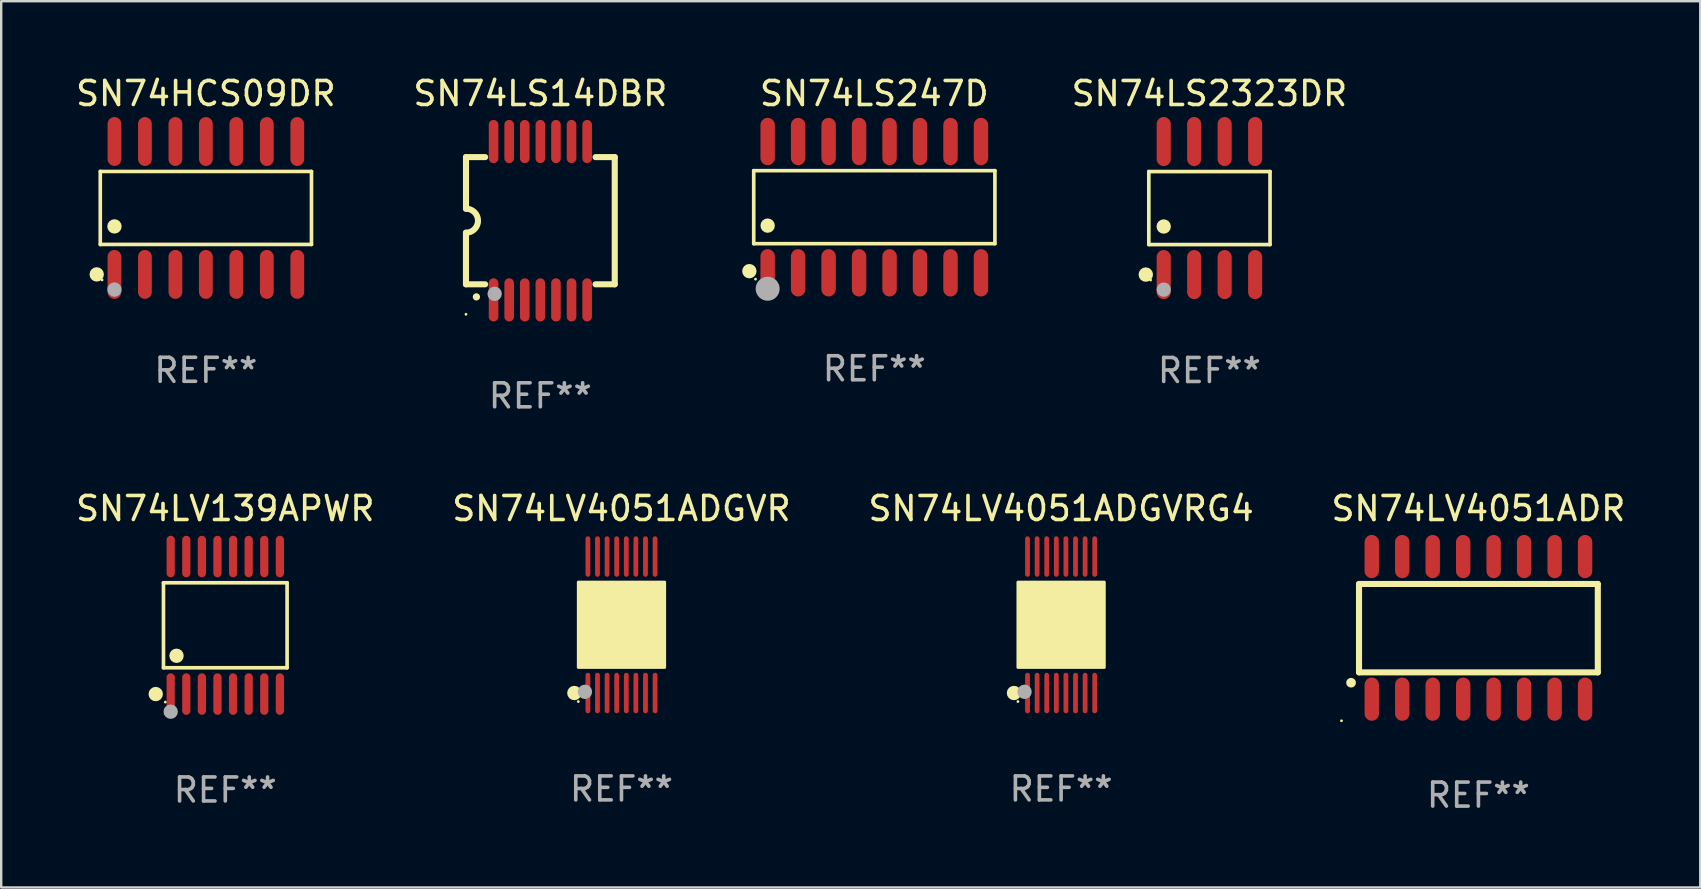
<source format=kicad_pcb>
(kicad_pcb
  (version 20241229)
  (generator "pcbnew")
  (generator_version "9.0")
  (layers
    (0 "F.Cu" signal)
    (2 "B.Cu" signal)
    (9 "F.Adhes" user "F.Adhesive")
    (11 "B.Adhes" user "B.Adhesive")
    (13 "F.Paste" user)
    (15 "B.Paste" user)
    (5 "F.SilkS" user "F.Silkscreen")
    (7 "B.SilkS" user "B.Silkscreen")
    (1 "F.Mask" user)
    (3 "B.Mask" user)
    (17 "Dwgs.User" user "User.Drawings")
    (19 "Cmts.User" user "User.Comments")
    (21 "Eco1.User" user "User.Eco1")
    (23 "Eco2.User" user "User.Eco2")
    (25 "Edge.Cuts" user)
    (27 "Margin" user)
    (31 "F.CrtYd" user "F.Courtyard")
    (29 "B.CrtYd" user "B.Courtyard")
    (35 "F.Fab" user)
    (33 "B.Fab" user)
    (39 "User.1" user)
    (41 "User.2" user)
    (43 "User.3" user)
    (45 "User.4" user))
  (footprint "SN74LV139APWR"
    (layer "F.Cu")
    (at 6.339 23.01)
    (property "Reference" "SN74LV139APWR" (at 0 -4.866 0) (layer "F.SilkS") (effects (font (size 1 1) (thickness 0.15))))
    (attr through_hole)
    (fp_line (start -2.576 -1.772) (end 2.576 -1.772) (stroke (width 0.152) (type solid)) (layer "F.SilkS"))
    (fp_line (start -2.576 1.771) (end -2.576 -1.772) (stroke (width 0.152) (type solid)) (layer "F.SilkS"))
    (fp_line (start 2.576 -1.772) (end 2.576 1.771) (stroke (width 0.152) (type solid)) (layer "F.SilkS"))
    (fp_line (start 2.576 1.771) (end -2.576 1.771) (stroke (width 0.152) (type solid)) (layer "F.SilkS"))
    (fp_circle (center -2.899 2.866) (end -2.749 2.866) (stroke (width 0.3) (type solid)) (fill no) (layer "F.SilkS"))
    (fp_circle (center -2.5 3.2) (end -2.47 3.2) (stroke (width 0.06) (type solid)) (fill no) (layer "F.SilkS"))
    (fp_circle (center -2.032 1.27) (end -1.882 1.27) (stroke (width 0.3) (type solid)) (fill no) (layer "F.SilkS"))
    (fp_circle (center -2.275 3.6) (end -2.125 3.6) (stroke (width 0.3) (type solid)) (fill no) (layer "F.Fab"))
    (fp_text user "REF**" (at 0 6.866 0) (layer "F.Fab") (effects (font (size 1 1) (thickness 0.15))))
    (pad "1" smd oval (at -2.275 2.866) (size 0.343 1.731) (layers "F.Cu" "F.Mask" "F.Paste"))
    (pad "2" smd oval (at -1.625 2.866) (size 0.343 1.731) (layers "F.Cu" "F.Mask" "F.Paste"))
    (pad "3" smd oval (at -0.975 2.866) (size 0.343 1.731) (layers "F.Cu" "F.Mask" "F.Paste"))
    (pad "4" smd oval (at -0.325 2.866) (size 0.343 1.731) (layers "F.Cu" "F.Mask" "F.Paste"))
    (pad "5" smd oval (at 0.325 2.866) (size 0.343 1.731) (layers "F.Cu" "F.Mask" "F.Paste"))
    (pad "6" smd oval (at 0.975 2.866) (size 0.343 1.731) (layers "F.Cu" "F.Mask" "F.Paste"))
    (pad "7" smd oval (at 1.625 2.866) (size 0.343 1.731) (layers "F.Cu" "F.Mask" "F.Paste"))
    (pad "8" smd oval (at 2.275 2.866) (size 0.343 1.731) (layers "F.Cu" "F.Mask" "F.Paste"))
    (pad "9" smd oval (at 2.275 -2.866) (size 0.343 1.731) (layers "F.Cu" "F.Mask" "F.Paste"))
    (pad "10" smd oval (at 1.625 -2.866) (size 0.343 1.731) (layers "F.Cu" "F.Mask" "F.Paste"))
    (pad "11" smd oval (at 0.975 -2.866) (size 0.343 1.731) (layers "F.Cu" "F.Mask" "F.Paste"))
    (pad "12" smd oval (at 0.325 -2.866) (size 0.343 1.731) (layers "F.Cu" "F.Mask" "F.Paste"))
    (pad "13" smd oval (at -0.325 -2.866) (size 0.343 1.731) (layers "F.Cu" "F.Mask" "F.Paste"))
    (pad "14" smd oval (at -0.975 -2.866) (size 0.343 1.731) (layers "F.Cu" "F.Mask" "F.Paste"))
    (pad "15" smd oval (at -1.625 -2.866) (size 0.343 1.731) (layers "F.Cu" "F.Mask" "F.Paste"))
    (pad "16" smd oval (at -2.275 -2.866) (size 0.343 1.731) (layers "F.Cu" "F.Mask" "F.Paste")))
  (footprint "SN74LV4051ADR"
    (layer "F.Cu")
    (at 58.565 23.117)
    (property "Reference" "SN74LV4051ADR" (at 0 -4.972 0) (layer "F.SilkS") (effects (font (size 1 1) (thickness 0.15))))
    (attr through_hole)
    (fp_line (start -4.976 -1.829) (end -4.976 -1.4) (stroke (width 0.254) (type solid)) (layer "F.SilkS"))
    (fp_line (start -4.976 -1.4) (end -4.976 1.854) (stroke (width 0.254) (type solid)) (layer "F.SilkS"))
    (fp_line (start -4.976 1.854) (end 4.976 1.854) (stroke (width 0.254) (type solid)) (layer "F.SilkS"))
    (fp_line (start 4.976 -1.829) (end -4.976 -1.829) (stroke (width 0.254) (type solid)) (layer "F.SilkS"))
    (fp_line (start 4.976 1.854) (end 4.976 -1.829) (stroke (width 0.254) (type solid)) (layer "F.SilkS"))
    (fp_arc (start -5.308611 2.286005) (mid -5.307341 2.286001) (end -5.306071 2.286005) (stroke (width 0.4) (type solid)) (layer "F.SilkS"))
    (fp_circle (center -5.707 3.872) (end -5.677 3.872) (stroke (width 0.06) (type solid)) (fill no) (layer "F.SilkS"))
    (fp_text user "REF**" (at 0 6.972 0) (layer "F.Fab") (effects (font (size 1 1) (thickness 0.15))))
    (pad "1" smd oval (at -4.445 2.972 180) (size 0.6 1.8) (layers "F.Cu" "F.Mask" "F.Paste"))
    (pad "2" smd oval (at -3.175 2.972 180) (size 0.6 1.8) (layers "F.Cu" "F.Mask" "F.Paste"))
    (pad "3" smd oval (at -1.905 2.972 180) (size 0.6 1.8) (layers "F.Cu" "F.Mask" "F.Paste"))
    (pad "4" smd oval (at -0.635 2.972 180) (size 0.6 1.8) (layers "F.Cu" "F.Mask" "F.Paste"))
    (pad "5" smd oval (at 0.635 2.972 180) (size 0.6 1.8) (layers "F.Cu" "F.Mask" "F.Paste"))
    (pad "6" smd oval (at 1.905 2.972 180) (size 0.6 1.8) (layers "F.Cu" "F.Mask" "F.Paste"))
    (pad "7" smd oval (at 3.175 2.972 180) (size 0.6 1.8) (layers "F.Cu" "F.Mask" "F.Paste"))
    (pad "8" smd oval (at 4.445 2.972 180) (size 0.6 1.8) (layers "F.Cu" "F.Mask" "F.Paste"))
    (pad "9" smd oval (at 4.445 -2.972 180) (size 0.6 1.8) (layers "F.Cu" "F.Mask" "F.Paste"))
    (pad "10" smd oval (at 3.175 -2.972 180) (size 0.6 1.8) (layers "F.Cu" "F.Mask" "F.Paste"))
    (pad "11" smd oval (at 1.905 -2.972 180) (size 0.6 1.8) (layers "F.Cu" "F.Mask" "F.Paste"))
    (pad "12" smd oval (at 0.635 -2.972 180) (size 0.6 1.8) (layers "F.Cu" "F.Mask" "F.Paste"))
    (pad "13" smd oval (at -0.635 -2.972 180) (size 0.6 1.8) (layers "F.Cu" "F.Mask" "F.Paste"))
    (pad "14" smd oval (at -1.905 -2.972 180) (size 0.6 1.8) (layers "F.Cu" "F.Mask" "F.Paste"))
    (pad "15" smd oval (at -3.175 -2.972 180) (size 0.6 1.8) (layers "F.Cu" "F.Mask" "F.Paste"))
    (pad "16" smd oval (at -4.445 -2.972 180) (size 0.6 1.8) (layers "F.Cu" "F.Mask" "F.Paste")))
  (footprint "SN74LS14DBR"
    (layer "F.Cu")
    (at 19.47 6.148)
    (property "Reference" "SN74LS14DBR" (at 0 -5.3 0) (layer "F.SilkS") (effects (font (size 1 1) (thickness 0.15))))
    (attr through_hole)
    (fp_line (start -3.1 2.65) (end -3.1 0.5) (stroke (width 0.254) (type solid)) (layer "F.SilkS"))
    (fp_line (start -3.099 -2.65) (end -2.301 -2.65) (stroke (width 0.254) (type solid)) (layer "F.SilkS"))
    (fp_line (start -3.099 -0.5) (end -3.099 -2.65) (stroke (width 0.254) (type solid)) (layer "F.SilkS"))
    (fp_line (start -2.301 2.65) (end -3.1 2.65) (stroke (width 0.254) (type solid)) (layer "F.SilkS"))
    (fp_line (start 2.301 -2.65) (end 3.1 -2.65) (stroke (width 0.254) (type solid)) (layer "F.SilkS"))
    (fp_line (start 3.1 -2.65) (end 3.1 2.65) (stroke (width 0.254) (type solid)) (layer "F.SilkS"))
    (fp_line (start 3.1 2.65) (end 2.301 2.65) (stroke (width 0.254) (type solid)) (layer "F.SilkS"))
    (fp_arc (start -3.098806 -0.500305) (mid -2.598806 0.000076) (end -3.098806 0.500457) (stroke (width 0.254001) (type solid)) (layer "F.SilkS"))
    (fp_arc (start -2.667005 3.175083) (mid -2.665735 3.175078) (end -2.664465 3.175083) (stroke (width 0.3) (type solid)) (layer "F.SilkS"))
    (fp_circle (center -3.1 3.9) (end -3.07 3.9) (stroke (width 0.06) (type solid)) (fill no) (layer "F.SilkS"))
    (fp_circle (center -1.905 3.048) (end -1.755 3.048) (stroke (width 0.3) (type solid)) (fill no) (layer "F.Fab"))
    (fp_text user "REF**" (at 0 7.3 0) (layer "F.Fab") (effects (font (size 1 1) (thickness 0.15))))
    (pad "1" smd oval (at -1.95 3.3 270) (size 1.8 0.4) (layers "F.Cu" "F.Mask" "F.Paste"))
    (pad "2" smd oval (at -1.3 3.3 270) (size 1.8 0.4) (layers "F.Cu" "F.Mask" "F.Paste"))
    (pad "3" smd oval (at -0.65 3.3 270) (size 1.8 0.4) (layers "F.Cu" "F.Mask" "F.Paste"))
    (pad "4" smd oval (at 0.000102 3.3 270) (size 1.8 0.4) (layers "F.Cu" "F.Mask" "F.Paste"))
    (pad "5" smd oval (at 0.65 3.3 270) (size 1.8 0.4) (layers "F.Cu" "F.Mask" "F.Paste"))
    (pad "6" smd oval (at 1.3 3.3 270) (size 1.8 0.4) (layers "F.Cu" "F.Mask" "F.Paste"))
    (pad "7" smd oval (at 1.95 3.3 270) (size 1.8 0.4) (layers "F.Cu" "F.Mask" "F.Paste"))
    (pad "8" smd oval (at 1.95 -3.3 90) (size 1.8 0.4) (layers "F.Cu" "F.Mask" "F.Paste"))
    (pad "9" smd oval (at 1.3 -3.3 90) (size 1.8 0.4) (layers "F.Cu" "F.Mask" "F.Paste"))
    (pad "10" smd oval (at 0.65 -3.3 90) (size 1.8 0.4) (layers "F.Cu" "F.Mask" "F.Paste"))
    (pad "11" smd oval (at 0.000102 -3.3 90) (size 1.8 0.4) (layers "F.Cu" "F.Mask" "F.Paste"))
    (pad "12" smd oval (at -0.65 -3.3 90) (size 1.8 0.4) (layers "F.Cu" "F.Mask" "F.Paste"))
    (pad "13" smd oval (at -1.3 -3.3 90) (size 1.8 0.4) (layers "F.Cu" "F.Mask" "F.Paste"))
    (pad "14" smd oval (at -1.95 -3.3 90) (size 1.8 0.4) (layers "F.Cu" "F.Mask" "F.Paste")))
  (footprint "SN74LS2323DR"
    (layer "F.Cu")
    (at 47.354 5.621)
    (property "Reference" "SN74LS2323DR" (at 0 -4.772 0) (layer "F.SilkS") (effects (font (size 1 1) (thickness 0.15))))
    (attr through_hole)
    (fp_line (start -2.526 -1.521) (end 2.526 -1.521) (stroke (width 0.152) (type solid)) (layer "F.SilkS"))
    (fp_line (start -2.526 1.521) (end -2.526 -1.521) (stroke (width 0.152) (type solid)) (layer "F.SilkS"))
    (fp_line (start 2.526 -1.521) (end 2.526 1.521) (stroke (width 0.152) (type solid)) (layer "F.SilkS"))
    (fp_line (start 2.526 1.521) (end -2.526 1.521) (stroke (width 0.152) (type solid)) (layer "F.SilkS"))
    (fp_circle (center -2.652 2.772) (end -2.501 2.772) (stroke (width 0.3) (type solid)) (fill no) (layer "F.SilkS"))
    (fp_circle (center -2.45 3) (end -2.42 3) (stroke (width 0.06) (type solid)) (fill no) (layer "F.SilkS"))
    (fp_circle (center -1.905 0.769) (end -1.755 0.769) (stroke (width 0.3) (type solid)) (fill no) (layer "F.SilkS"))
    (fp_circle (center -1.905 3.4) (end -1.755 3.4) (stroke (width 0.3) (type solid)) (fill no) (layer "F.Fab"))
    (fp_text user "REF**" (at 0 6.772 0) (layer "F.Fab") (effects (font (size 1 1) (thickness 0.15))))
    (pad "1" smd oval (at -1.905 2.772) (size 0.588 2.045) (layers "F.Cu" "F.Mask" "F.Paste"))
    (pad "2" smd oval (at -0.635 2.772) (size 0.588 2.045) (layers "F.Cu" "F.Mask" "F.Paste"))
    (pad "3" smd oval (at 0.635 2.772) (size 0.588 2.045) (layers "F.Cu" "F.Mask" "F.Paste"))
    (pad "4" smd oval (at 1.905 2.772) (size 0.588 2.045) (layers "F.Cu" "F.Mask" "F.Paste"))
    (pad "5" smd oval (at 1.905 -2.772) (size 0.588 2.045) (layers "F.Cu" "F.Mask" "F.Paste"))
    (pad "6" smd oval (at 0.635 -2.772) (size 0.588 2.045) (layers "F.Cu" "F.Mask" "F.Paste"))
    (pad "7" smd oval (at -0.635 -2.772) (size 0.588 2.045) (layers "F.Cu" "F.Mask" "F.Paste"))
    (pad "8" smd oval (at -1.905 -2.772) (size 0.588 2.045) (layers "F.Cu" "F.Mask" "F.Paste")))
  (footprint "SN74HCS09DR"
    (layer "F.Cu")
    (at 5.53 5.617)
    (property "Reference" "SN74HCS09DR" (at 0 -4.769 0) (layer "F.SilkS") (effects (font (size 1 1) (thickness 0.15))))
    (attr through_hole)
    (fp_line (start -4.401 -1.521) (end 4.401 -1.521) (stroke (width 0.152) (type solid)) (layer "F.SilkS"))
    (fp_line (start -4.401 1.521) (end -4.401 -1.521) (stroke (width 0.152) (type solid)) (layer "F.SilkS"))
    (fp_line (start 4.401 -1.521) (end 4.401 1.521) (stroke (width 0.152) (type solid)) (layer "F.SilkS"))
    (fp_line (start 4.401 1.521) (end -4.401 1.521) (stroke (width 0.152) (type solid)) (layer "F.SilkS"))
    (fp_circle (center -4.549 2.769) (end -4.399 2.769) (stroke (width 0.3) (type solid)) (fill no) (layer "F.SilkS"))
    (fp_circle (center -4.325 3) (end -4.295 3) (stroke (width 0.06) (type solid)) (fill no) (layer "F.SilkS"))
    (fp_circle (center -3.81 0.769) (end -3.66 0.769) (stroke (width 0.3) (type solid)) (fill no) (layer "F.SilkS"))
    (fp_circle (center -3.81 3.4) (end -3.66 3.4) (stroke (width 0.3) (type solid)) (fill no) (layer "F.Fab"))
    (fp_text user "REF**" (at 0 6.769 0) (layer "F.Fab") (effects (font (size 1 1) (thickness 0.15))))
    (pad "1" smd oval (at -3.81 2.769) (size 0.574 2.038) (layers "F.Cu" "F.Mask" "F.Paste"))
    (pad "2" smd oval (at -2.54 2.769) (size 0.574 2.038) (layers "F.Cu" "F.Mask" "F.Paste"))
    (pad "3" smd oval (at -1.27 2.769) (size 0.574 2.038) (layers "F.Cu" "F.Mask" "F.Paste"))
    (pad "4" smd oval (at 0 2.769) (size 0.574 2.038) (layers "F.Cu" "F.Mask" "F.Paste"))
    (pad "5" smd oval (at 1.27 2.769) (size 0.574 2.038) (layers "F.Cu" "F.Mask" "F.Paste"))
    (pad "6" smd oval (at 2.54 2.769) (size 0.574 2.038) (layers "F.Cu" "F.Mask" "F.Paste"))
    (pad "7" smd oval (at 3.81 2.769) (size 0.574 2.038) (layers "F.Cu" "F.Mask" "F.Paste"))
    (pad "8" smd oval (at 3.81 -2.769) (size 0.574 2.038) (layers "F.Cu" "F.Mask" "F.Paste"))
    (pad "9" smd oval (at 2.54 -2.769) (size 0.574 2.038) (layers "F.Cu" "F.Mask" "F.Paste"))
    (pad "10" smd oval (at 1.27 -2.769) (size 0.574 2.038) (layers "F.Cu" "F.Mask" "F.Paste"))
    (pad "11" smd oval (at 0 -2.769) (size 0.574 2.038) (layers "F.Cu" "F.Mask" "F.Paste"))
    (pad "12" smd oval (at -1.27 -2.769) (size 0.574 2.038) (layers "F.Cu" "F.Mask" "F.Paste"))
    (pad "13" smd oval (at -2.54 -2.769) (size 0.574 2.038) (layers "F.Cu" "F.Mask" "F.Paste"))
    (pad "14" smd oval (at -3.81 -2.769) (size 0.574 2.038) (layers "F.Cu" "F.Mask" "F.Paste")))
  (footprint "SN74LV4051ADGVRG4"
    (layer "F.Cu")
    (at 41.173 22.988)
    (property "Reference" "SN74LV4051ADGVRG4" (at 0 -4.844 0) (layer "F.SilkS") (effects (font (size 1 1) (thickness 0.15))))
    (attr through_hole)
    (fp_circle (center -1.964 2.844) (end -1.814 2.844) (stroke (width 0.3) (type solid)) (fill no) (layer "F.SilkS"))
    (fp_circle (center -1.8 3.2) (end -1.77 3.2) (stroke (width 0.06) (type solid)) (fill no) (layer "F.SilkS"))
    (fp_circle (center -1.4 1.019) (end -1.25 1.019) (stroke (width 0.3) (type solid)) (fill no) (layer "F.SilkS"))
    (fp_poly (pts (xy -1.8 -1.778) (xy 1.8 -1.778) (xy 1.8 1.778) (xy -1.8 1.778)) (stroke (width 0.12) (type solid)) (fill yes) (layer "F.SilkS"))
    (fp_circle (center -1.524 2.794) (end -1.374 2.794) (stroke (width 0.3) (type solid)) (fill no) (layer "F.Fab"))
    (fp_text user "REF**" (at 0 6.844 0) (layer "F.Fab") (effects (font (size 1 1) (thickness 0.15))))
    (pad "1" smd oval (at -1.4 2.844) (size 0.2 1.687) (layers "F.Cu" "F.Mask" "F.Paste"))
    (pad "2" smd oval (at -1 2.844) (size 0.2 1.687) (layers "F.Cu" "F.Mask" "F.Paste"))
    (pad "3" smd oval (at -0.6 2.844) (size 0.2 1.687) (layers "F.Cu" "F.Mask" "F.Paste"))
    (pad "4" smd oval (at -0.2 2.844) (size 0.2 1.687) (layers "F.Cu" "F.Mask" "F.Paste"))
    (pad "5" smd oval (at 0.2 2.844) (size 0.2 1.687) (layers "F.Cu" "F.Mask" "F.Paste"))
    (pad "6" smd oval (at 0.6 2.844) (size 0.2 1.687) (layers "F.Cu" "F.Mask" "F.Paste"))
    (pad "7" smd oval (at 1 2.844) (size 0.2 1.687) (layers "F.Cu" "F.Mask" "F.Paste"))
    (pad "8" smd oval (at 1.4 2.844) (size 0.2 1.687) (layers "F.Cu" "F.Mask" "F.Paste"))
    (pad "9" smd oval (at 1.4 -2.844) (size 0.2 1.687) (layers "F.Cu" "F.Mask" "F.Paste"))
    (pad "10" smd oval (at 1 -2.844) (size 0.2 1.687) (layers "F.Cu" "F.Mask" "F.Paste"))
    (pad "11" smd oval (at 0.6 -2.844) (size 0.2 1.687) (layers "F.Cu" "F.Mask" "F.Paste"))
    (pad "12" smd oval (at 0.2 -2.844) (size 0.2 1.687) (layers "F.Cu" "F.Mask" "F.Paste"))
    (pad "13" smd oval (at -0.2 -2.844) (size 0.2 1.687) (layers "F.Cu" "F.Mask" "F.Paste"))
    (pad "14" smd oval (at -0.6 -2.844) (size 0.2 1.687) (layers "F.Cu" "F.Mask" "F.Paste"))
    (pad "15" smd oval (at -1 -2.844) (size 0.2 1.687) (layers "F.Cu" "F.Mask" "F.Paste"))
    (pad "16" smd oval (at -1.4 -2.844) (size 0.2 1.687) (layers "F.Cu" "F.Mask" "F.Paste")))
  (footprint "SN74LV4051ADGVR"
    (layer "F.Cu")
    (at 22.851 22.988)
    (property "Reference" "SN74LV4051ADGVR" (at 0 -4.844 0) (layer "F.SilkS") (effects (font (size 1 1) (thickness 0.15))))
    (attr through_hole)
    (fp_circle (center -1.964 2.844) (end -1.814 2.844) (stroke (width 0.3) (type solid)) (fill no) (layer "F.SilkS"))
    (fp_circle (center -1.8 3.2) (end -1.77 3.2) (stroke (width 0.06) (type solid)) (fill no) (layer "F.SilkS"))
    (fp_circle (center -1.4 1.019) (end -1.25 1.019) (stroke (width 0.3) (type solid)) (fill no) (layer "F.SilkS"))
    (fp_poly (pts (xy -1.8 -1.778) (xy 1.8 -1.778) (xy 1.8 1.778) (xy -1.8 1.778)) (stroke (width 0.12) (type solid)) (fill yes) (layer "F.SilkS"))
    (fp_circle (center -1.524 2.794) (end -1.374 2.794) (stroke (width 0.3) (type solid)) (fill no) (layer "F.Fab"))
    (fp_text user "REF**" (at 0 6.844 0) (layer "F.Fab") (effects (font (size 1 1) (thickness 0.15))))
    (pad "1" smd oval (at -1.4 2.844) (size 0.2 1.687) (layers "F.Cu" "F.Mask" "F.Paste"))
    (pad "2" smd oval (at -1 2.844) (size 0.2 1.687) (layers "F.Cu" "F.Mask" "F.Paste"))
    (pad "3" smd oval (at -0.6 2.844) (size 0.2 1.687) (layers "F.Cu" "F.Mask" "F.Paste"))
    (pad "4" smd oval (at -0.2 2.844) (size 0.2 1.687) (layers "F.Cu" "F.Mask" "F.Paste"))
    (pad "5" smd oval (at 0.2 2.844) (size 0.2 1.687) (layers "F.Cu" "F.Mask" "F.Paste"))
    (pad "6" smd oval (at 0.6 2.844) (size 0.2 1.687) (layers "F.Cu" "F.Mask" "F.Paste"))
    (pad "7" smd oval (at 1 2.844) (size 0.2 1.687) (layers "F.Cu" "F.Mask" "F.Paste"))
    (pad "8" smd oval (at 1.4 2.844) (size 0.2 1.687) (layers "F.Cu" "F.Mask" "F.Paste"))
    (pad "9" smd oval (at 1.4 -2.844) (size 0.2 1.687) (layers "F.Cu" "F.Mask" "F.Paste"))
    (pad "10" smd oval (at 1 -2.844) (size 0.2 1.687) (layers "F.Cu" "F.Mask" "F.Paste"))
    (pad "11" smd oval (at 0.6 -2.844) (size 0.2 1.687) (layers "F.Cu" "F.Mask" "F.Paste"))
    (pad "12" smd oval (at 0.2 -2.844) (size 0.2 1.687) (layers "F.Cu" "F.Mask" "F.Paste"))
    (pad "13" smd oval (at -0.2 -2.844) (size 0.2 1.687) (layers "F.Cu" "F.Mask" "F.Paste"))
    (pad "14" smd oval (at -0.6 -2.844) (size 0.2 1.687) (layers "F.Cu" "F.Mask" "F.Paste"))
    (pad "15" smd oval (at -1 -2.844) (size 0.2 1.687) (layers "F.Cu" "F.Mask" "F.Paste"))
    (pad "16" smd oval (at -1.4 -2.844) (size 0.2 1.687) (layers "F.Cu" "F.Mask" "F.Paste")))
  (footprint "SN74LS247D"
    (layer "F.Cu")
    (at 33.388 5.584)
    (property "Reference" "SN74LS247D" (at 0 -4.736 0) (layer "F.SilkS") (effects (font (size 1 1) (thickness 0.15))))
    (attr through_hole)
    (fp_line (start -5.026 -1.521) (end 5.026 -1.521) (stroke (width 0.152) (type solid)) (layer "F.SilkS"))
    (fp_line (start -5.026 1.521) (end -5.026 -1.521) (stroke (width 0.152) (type solid)) (layer "F.SilkS"))
    (fp_line (start 5.026 -1.521) (end 5.026 1.521) (stroke (width 0.152) (type solid)) (layer "F.SilkS"))
    (fp_line (start 5.026 1.521) (end -5.026 1.521) (stroke (width 0.152) (type solid)) (layer "F.SilkS"))
    (fp_circle (center -5.207 2.667) (end -5.057 2.667) (stroke (width 0.3) (type solid)) (fill no) (layer "F.SilkS"))
    (fp_circle (center -4.95 3) (end -4.92 3) (stroke (width 0.06) (type solid)) (fill no) (layer "F.SilkS"))
    (fp_circle (center -4.445 0.769) (end -4.295 0.769) (stroke (width 0.3) (type solid)) (fill no) (layer "F.SilkS"))
    (fp_circle (center -4.445 3.4) (end -4.195 3.4) (stroke (width 0.5) (type solid)) (fill no) (layer "F.Fab"))
    (fp_text user "REF**" (at 0 6.736 0) (layer "F.Fab") (effects (font (size 1 1) (thickness 0.15))))
    (pad "1" smd oval (at -4.445 2.736) (size 0.602 1.971) (layers "F.Cu" "F.Mask" "F.Paste"))
    (pad "2" smd oval (at -3.175 2.736) (size 0.602 1.971) (layers "F.Cu" "F.Mask" "F.Paste"))
    (pad "3" smd oval (at -1.905 2.736) (size 0.602 1.971) (layers "F.Cu" "F.Mask" "F.Paste"))
    (pad "4" smd oval (at -0.635 2.736) (size 0.602 1.971) (layers "F.Cu" "F.Mask" "F.Paste"))
    (pad "5" smd oval (at 0.635 2.736) (size 0.602 1.971) (layers "F.Cu" "F.Mask" "F.Paste"))
    (pad "6" smd oval (at 1.905 2.736) (size 0.602 1.971) (layers "F.Cu" "F.Mask" "F.Paste"))
    (pad "7" smd oval (at 3.175 2.736) (size 0.602 1.971) (layers "F.Cu" "F.Mask" "F.Paste"))
    (pad "8" smd oval (at 4.445 2.736) (size 0.602 1.971) (layers "F.Cu" "F.Mask" "F.Paste"))
    (pad "9" smd oval (at 4.445 -2.736) (size 0.602 1.971) (layers "F.Cu" "F.Mask" "F.Paste"))
    (pad "10" smd oval (at 3.175 -2.736) (size 0.602 1.971) (layers "F.Cu" "F.Mask" "F.Paste"))
    (pad "11" smd oval (at 1.905 -2.736) (size 0.602 1.971) (layers "F.Cu" "F.Mask" "F.Paste"))
    (pad "12" smd oval (at 0.635 -2.736) (size 0.602 1.971) (layers "F.Cu" "F.Mask" "F.Paste"))
    (pad "13" smd oval (at -0.635 -2.736) (size 0.602 1.971) (layers "F.Cu" "F.Mask" "F.Paste"))
    (pad "14" smd oval (at -1.905 -2.736) (size 0.602 1.971) (layers "F.Cu" "F.Mask" "F.Paste"))
    (pad "15" smd oval (at -3.175 -2.736) (size 0.602 1.971) (layers "F.Cu" "F.Mask" "F.Paste"))
    (pad "16" smd oval (at -4.445 -2.736) (size 0.602 1.971) (layers "F.Cu" "F.Mask" "F.Paste")))
  (gr_rect
    (start -3 -3)
    (end 67.81 33.937)
    (stroke (width 0.1) (type default))
    (fill no)
    (layer "Edge.Cuts")))
</source>
